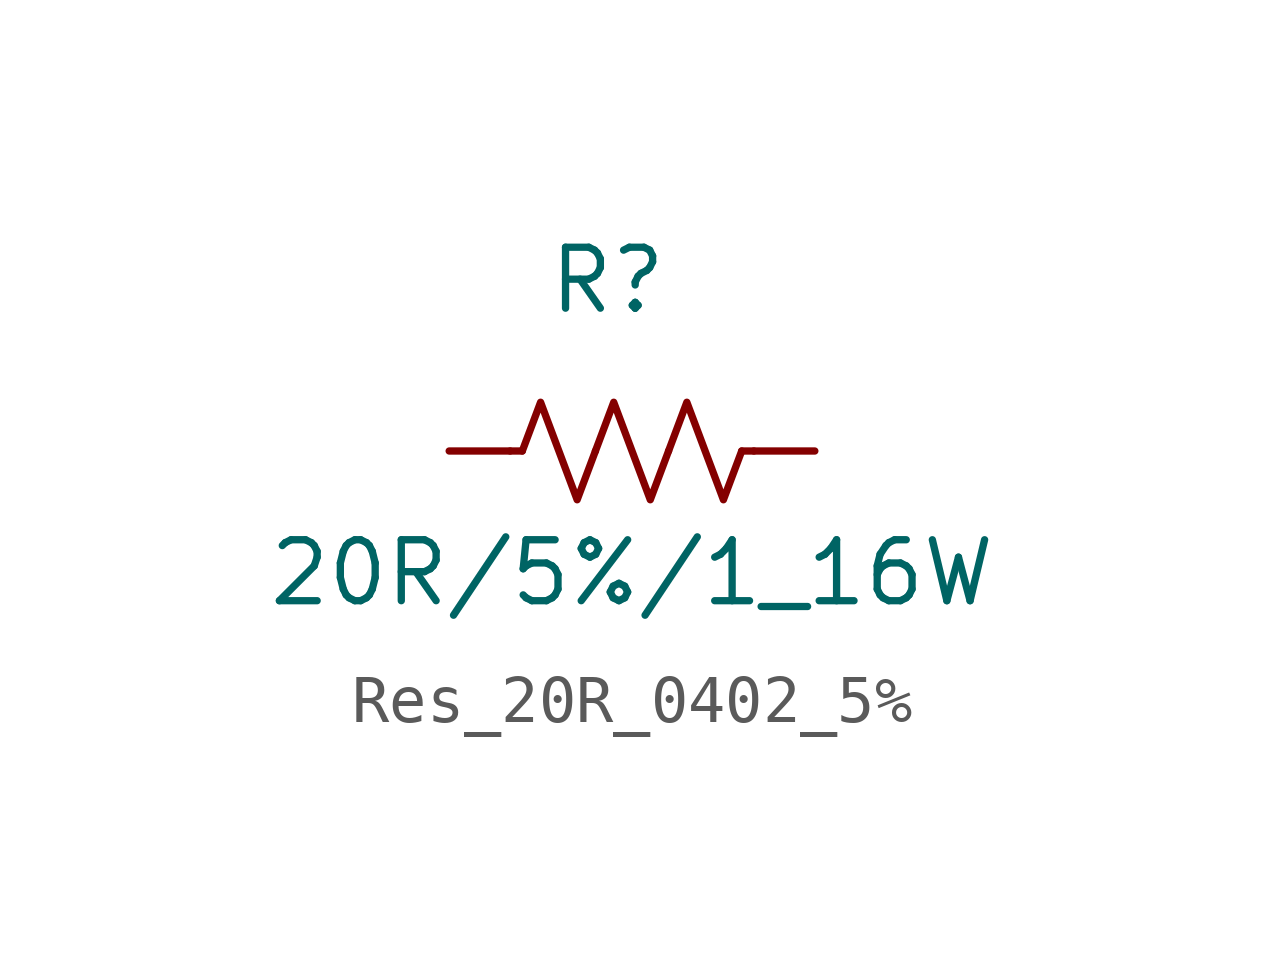
<source format=kicad_sym>
(kicad_symbol_lib
  (version 20231120)
  (generator "kicad_symbol_editor")
  (generator_version "8.0")
  (symbol "Res_20R_0402_5%"
    (pin_numbers hide)
    (pin_names hide)
    (property "Reference" "R"
      (at 3.302 3.556 0)
      (effects (font (size 1.27 1.27))))
    (property "Value" "20R/5%/1_16W"
      (at 3.81 -2.54 0)
      (effects (font (size 1.27 1.27))))
    (symbol "Res_20R_0402_5%_0_1"
      (polyline (pts (xy 1.524 0) (xy 1.27 0)) (stroke (width 0) (type default)) (fill (type none)))
      (polyline (pts (xy 6.096 0) (xy 6.35 0)) (stroke (width 0) (type default)) (fill (type none)))
      (polyline (pts (xy 1.524 0) (xy 1.905 1.016) (xy 2.286 0) (xy 2.667 -1.016) (xy 3.048 0)) (stroke (width 0) (type default)) (fill (type none)))
      (polyline (pts (xy 3.048 0) (xy 3.429 1.016) (xy 3.81 0) (xy 4.191 -1.016) (xy 4.572 0)) (stroke (width 0) (type default)) (fill (type none)))
      (polyline (pts (xy 4.572 0) (xy 4.953 1.016) (xy 5.334 0) (xy 5.715 -1.016) (xy 6.096 0)) (stroke (width 0) (type default)) (fill (type none))))
    (symbol "Res_20R_0402_5%_1_1"
      (pin passive line (at 0 0 0) (length 1.27) (name "~" (effects (font (size 1.27 1.27)))) (number "1" (effects (font (size 1.27 1.27)))))
      (pin passive line (at 7.62 0 180) (length 1.27) (name "~" (effects (font (size 1.27 1.27)))) (number "2" (effects (font (size 1.27 1.27))))))))
</source>
